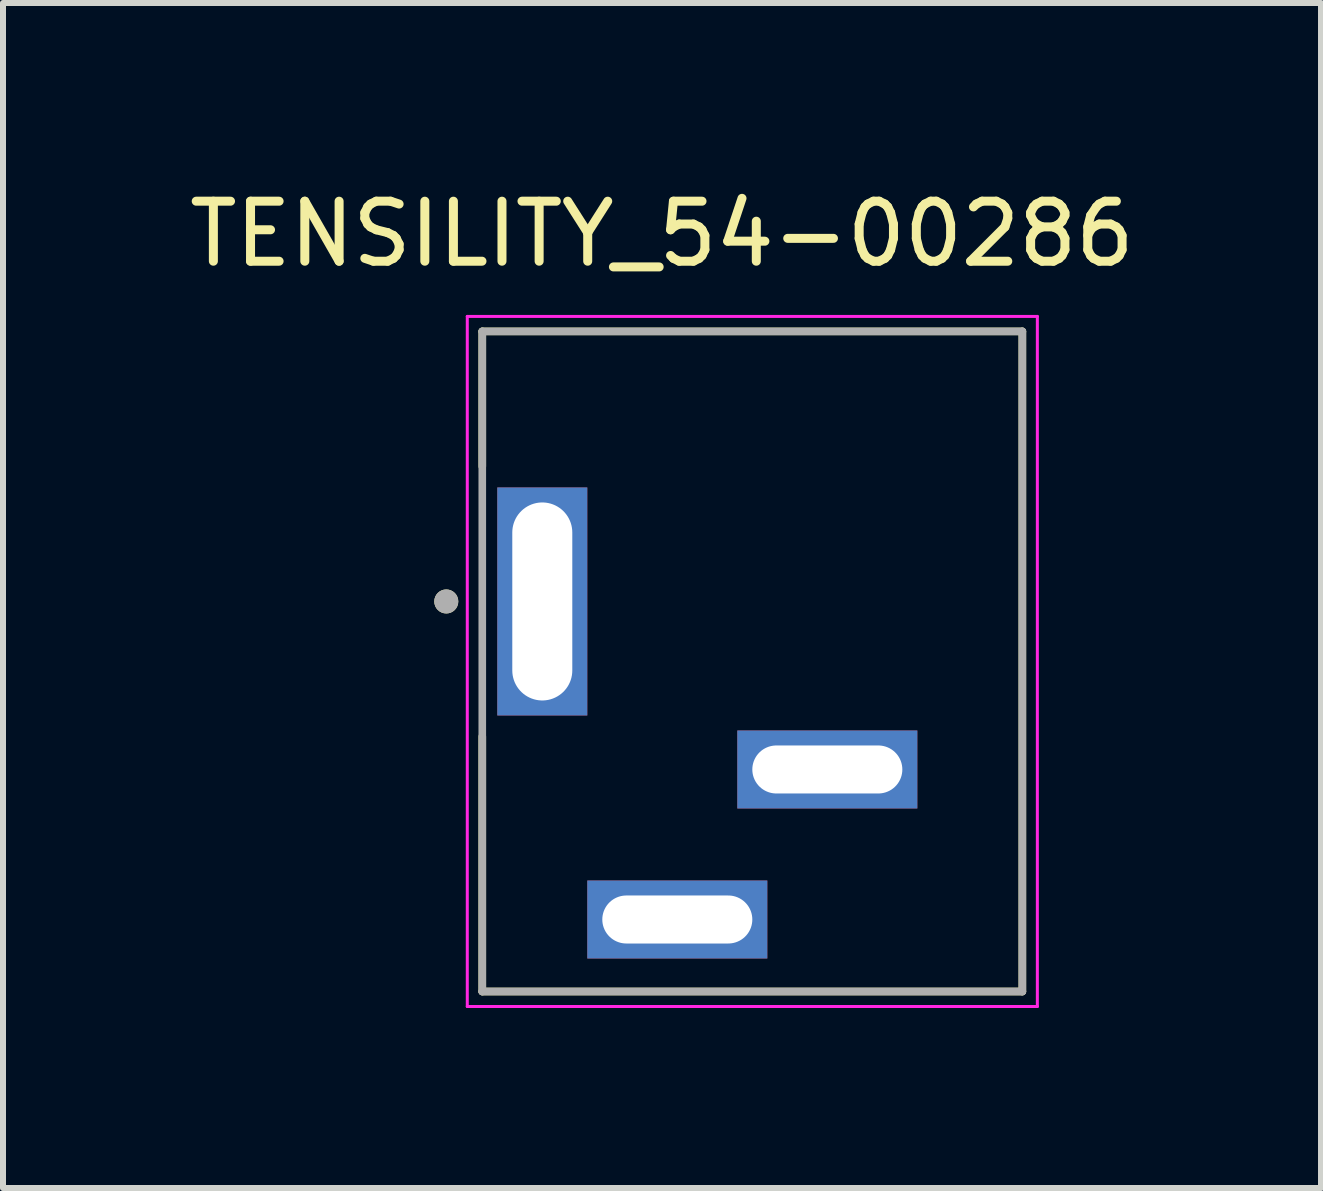
<source format=kicad_pcb>
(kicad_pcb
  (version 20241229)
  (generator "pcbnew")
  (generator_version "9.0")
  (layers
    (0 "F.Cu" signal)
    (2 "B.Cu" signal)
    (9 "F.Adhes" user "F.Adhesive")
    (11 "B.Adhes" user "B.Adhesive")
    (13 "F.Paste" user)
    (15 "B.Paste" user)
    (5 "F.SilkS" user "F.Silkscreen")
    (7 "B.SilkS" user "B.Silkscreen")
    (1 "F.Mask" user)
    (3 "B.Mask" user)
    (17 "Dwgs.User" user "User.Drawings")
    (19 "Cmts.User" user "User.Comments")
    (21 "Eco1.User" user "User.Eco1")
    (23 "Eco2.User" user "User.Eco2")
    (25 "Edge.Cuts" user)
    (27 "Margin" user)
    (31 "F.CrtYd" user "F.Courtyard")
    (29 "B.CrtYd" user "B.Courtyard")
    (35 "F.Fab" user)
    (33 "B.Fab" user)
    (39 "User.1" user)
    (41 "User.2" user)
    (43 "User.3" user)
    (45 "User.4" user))
  (footprint "TENSILITY_54-00286"
    (layer "F.Cu")
    (at 9.487 7.973)
    (property "Reference" "TENSILITY_54-00286" (at -1.505 -7.125 0) (layer "F.SilkS") (effects (font (size 1 1) (thickness 0.15))))
    (attr through_hole)
    (fp_line (start -4.5 -5.5) (end 4.5 -5.5) (stroke (width 0.127) (type solid)) (layer "F.SilkS"))
    (fp_line (start -4.5 -3.25) (end -4.5 -5.5) (stroke (width 0.127) (type solid)) (layer "F.SilkS"))
    (fp_line (start -4.5 5.5) (end -4.5 1.25) (stroke (width 0.127) (type solid)) (layer "F.SilkS"))
    (fp_line (start 4.5 -5.5) (end 4.5 5.5) (stroke (width 0.127) (type solid)) (layer "F.SilkS"))
    (fp_line (start 4.5 5.5) (end -4.5 5.5) (stroke (width 0.127) (type solid)) (layer "F.SilkS"))
    (fp_circle (center -5.1 -1) (end -5 -1) (stroke (width 0.2) (type solid)) (fill no) (layer "F.SilkS"))
    (fp_line (start -4.75 -5.75) (end -4.75 5.75) (stroke (width 0.05) (type solid)) (layer "F.CrtYd"))
    (fp_line (start -4.75 5.75) (end 4.75 5.75) (stroke (width 0.05) (type solid)) (layer "F.CrtYd"))
    (fp_line (start 4.75 -5.75) (end -4.75 -5.75) (stroke (width 0.05) (type solid)) (layer "F.CrtYd"))
    (fp_line (start 4.75 5.75) (end 4.75 -5.75) (stroke (width 0.05) (type solid)) (layer "F.CrtYd"))
    (fp_line (start -4.5 -5.5) (end 4.5 -5.5) (stroke (width 0.127) (type solid)) (layer "F.Fab"))
    (fp_line (start -4.5 5.5) (end -4.5 -5.5) (stroke (width 0.127) (type solid)) (layer "F.Fab"))
    (fp_line (start 4.5 -5.5) (end 4.5 5.5) (stroke (width 0.127) (type solid)) (layer "F.Fab"))
    (fp_line (start 4.5 5.5) (end -4.5 5.5) (stroke (width 0.127) (type solid)) (layer "F.Fab"))
    (fp_circle (center -5.1 -1) (end -5 -1) (stroke (width 0.2) (type solid)) (fill no) (layer "F.Fab"))
    (pad "A" thru_hole rect (at -3.5 -1) (size 1.5 3.8) (drill oval 1 3.3) (layers "*.Cu" "*.Mask"))
    (pad "B" thru_hole rect (at -1.25 4.3) (size 3 1.3) (drill oval 2.5 0.8) (layers "*.Cu" "*.Mask"))
    (pad "C" thru_hole rect (at 1.25 1.8) (size 3 1.3) (drill oval 2.5 0.8) (layers "*.Cu" "*.Mask")))
  (gr_rect
    (start -3 -3)
    (end 18.964 16.748)
    (stroke (width 0.1) (type default))
    (fill no)
    (layer "Edge.Cuts")))
</source>
